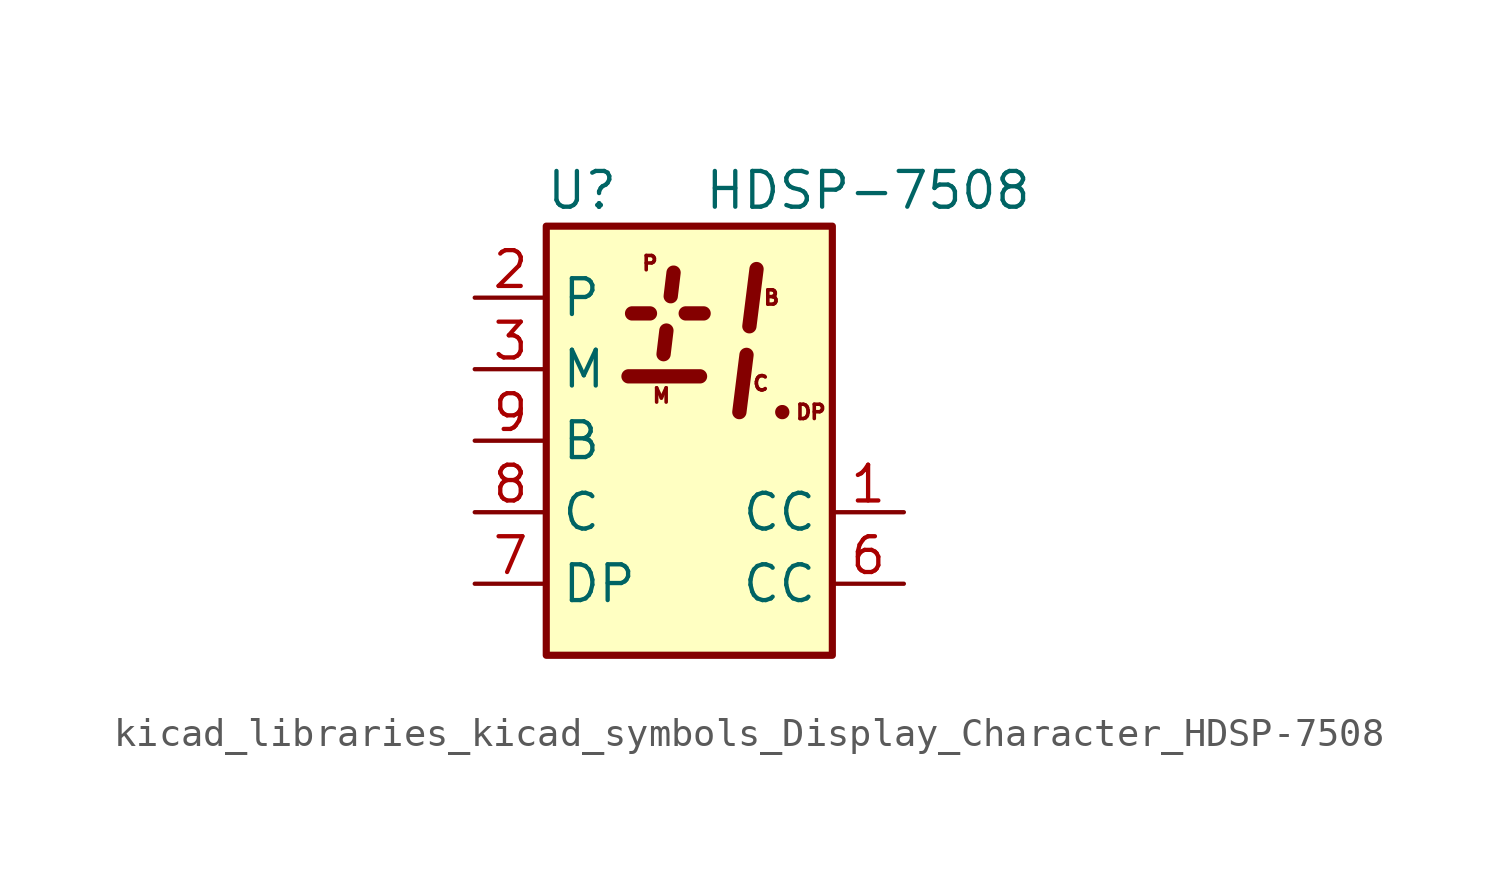
<source format=kicad_sym>
(kicad_symbol_lib
  (version 20220914)
  (generator kicad_symbol_editor)
  (symbol "kicad_libraries_kicad_symbols_Display_Character_HDSP-7508"
    (property "Reference" "U"
      (at -3.81 8.89 0)
      (effects (font (size 1.27 1.27))))
    (property "Value" "HDSP-7508"
      (at 6.35 8.89 0)
      (effects (font (size 1.27 1.27))))
    (symbol "kicad_libraries_kicad_symbols_Display_Character_HDSP-7508_0_1"
      (polyline (pts (xy -2.159 2.286) (xy 0.381 2.286)) (stroke (width 0.508) (type default)) (fill (type none))))
    (symbol "kicad_libraries_kicad_symbols_Display_Character_HDSP-7508_1_0"
      (text "B" (at 2.921 5.08 0) (effects (font (size 0.508 0.508))))
      (text "C" (at 2.54 2.032 0) (effects (font (size 0.508 0.508))))
      (text "DP" (at 4.318 1.016 0) (effects (font (size 0.508 0.508))))
      (text "M" (at -0.991 1.6 0) (effects (font (size 0.508 0.508))))
      (text "P" (at -1.397 6.299 0) (effects (font (size 0.508 0.508)))))
    (symbol "kicad_libraries_kicad_symbols_Display_Character_HDSP-7508_1_1"
      (rectangle (start -5.08 7.62) (end 5.08 -7.62) (stroke (width 0.254) (type default)) (fill (type background)))
      (polyline (pts (xy -2.032 4.521) (xy -1.397 4.521)) (stroke (width 0.508) (type default)) (fill (type none)))
      (polyline (pts (xy -0.914 3.073) (xy -0.813 3.912)) (stroke (width 0.508) (type default)) (fill (type none)))
      (polyline (pts (xy -0.559 5.969) (xy -0.66 5.131)) (stroke (width 0.508) (type default)) (fill (type none)))
      (polyline (pts (xy -0.127 4.521) (xy 0.508 4.521)) (stroke (width 0.508) (type default)) (fill (type none)))
      (polyline (pts (xy 2.032 3.048) (xy 1.778 1.016)) (stroke (width 0.508) (type default)) (fill (type none)))
      (polyline (pts (xy 2.388 6.096) (xy 2.134 4.064)) (stroke (width 0.508) (type default)) (fill (type none)))
      (polyline (pts (xy 3.302 1.016) (xy 3.302 1.016)) (stroke (width 0.508) (type default)) (fill (type none)))
      (pin input line (at 7.62 -2.54 180) (length 2.54) (name "CC" (effects (font (size 1.27 1.27)))) (number "1" (effects (font (size 1.27 1.27)))))
      (pin no_connect line (at 0 -7.62 90) (length 2.54) hide (name "NC" (effects (font (size 1.27 1.27)))) (number "10" (effects (font (size 1.27 1.27)))))
      (pin input line (at -7.62 5.08 0) (length 2.54) (name "P" (effects (font (size 1.27 1.27)))) (number "2" (effects (font (size 1.27 1.27)))))
      (pin input line (at -7.62 2.54 0) (length 2.54) (name "M" (effects (font (size 1.27 1.27)))) (number "3" (effects (font (size 1.27 1.27)))))
      (pin no_connect line (at 5.08 5.08 180) (length 2.54) hide (name "NC" (effects (font (size 1.27 1.27)))) (number "4" (effects (font (size 1.27 1.27)))))
      (pin no_connect line (at 5.08 2.54 180) (length 2.54) hide (name "NC" (effects (font (size 1.27 1.27)))) (number "5" (effects (font (size 1.27 1.27)))))
      (pin input line (at 7.62 -5.08 180) (length 2.54) (name "CC" (effects (font (size 1.27 1.27)))) (number "6" (effects (font (size 1.27 1.27)))))
      (pin input line (at -7.62 -5.08 0) (length 2.54) (name "DP" (effects (font (size 1.27 1.27)))) (number "7" (effects (font (size 1.27 1.27)))))
      (pin input line (at -7.62 -2.54 0) (length 2.54) (name "C" (effects (font (size 1.27 1.27)))) (number "8" (effects (font (size 1.27 1.27)))))
      (pin input line (at -7.62 0 0) (length 2.54) (name "B" (effects (font (size 1.27 1.27)))) (number "9" (effects (font (size 1.27 1.27))))))))
</source>
